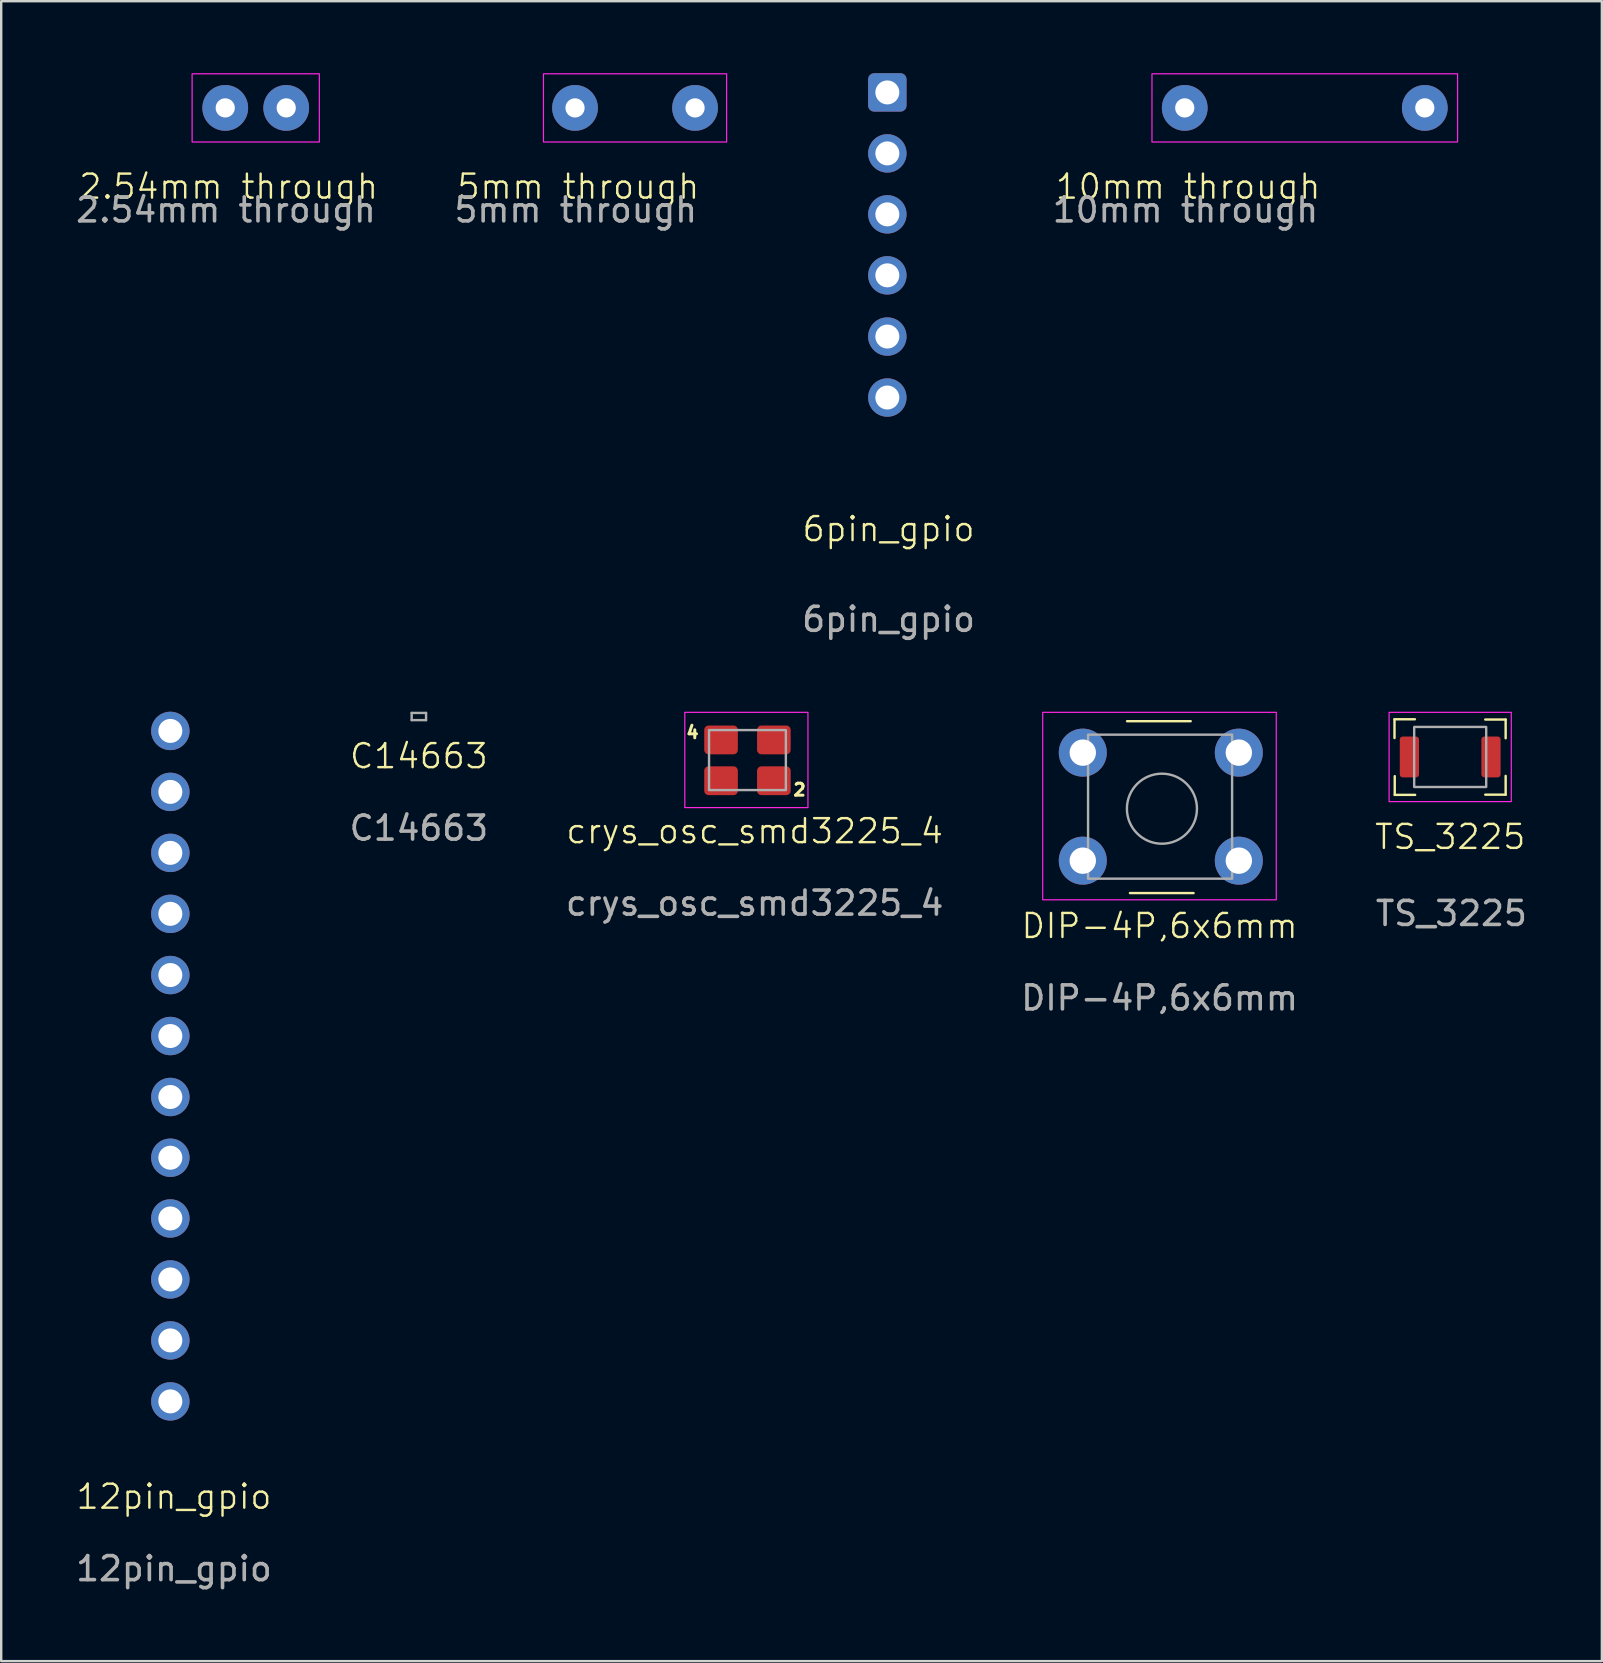
<source format=kicad_pcb>
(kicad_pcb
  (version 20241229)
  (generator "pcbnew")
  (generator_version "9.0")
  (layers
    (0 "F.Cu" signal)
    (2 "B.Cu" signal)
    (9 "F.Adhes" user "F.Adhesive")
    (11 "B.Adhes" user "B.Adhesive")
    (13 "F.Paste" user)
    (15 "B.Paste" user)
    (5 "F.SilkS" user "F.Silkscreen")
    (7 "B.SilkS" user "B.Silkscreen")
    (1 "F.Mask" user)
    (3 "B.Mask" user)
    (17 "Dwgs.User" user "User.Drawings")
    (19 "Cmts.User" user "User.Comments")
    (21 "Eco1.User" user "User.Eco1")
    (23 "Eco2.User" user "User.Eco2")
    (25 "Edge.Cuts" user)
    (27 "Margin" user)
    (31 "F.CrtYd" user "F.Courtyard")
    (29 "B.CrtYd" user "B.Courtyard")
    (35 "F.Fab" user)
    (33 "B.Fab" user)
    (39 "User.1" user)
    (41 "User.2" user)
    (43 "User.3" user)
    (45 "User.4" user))
  (footprint "crys_osc_smd3225_4"
    (layer "F.Cu")
    (at 28.087 28.623)
    (property "Reference" "crys_osc_smd3225_4" (at 0.3 2.95 0) (unlocked yes) (layer "F.SilkS") (effects (font (size 1 1) (thickness 0.1))))
    (attr smd)
    (fp_rect (start -2.61 -2) (end 2.52 1.97) (stroke (width 0.05) (type default)) (fill no) (layer "F.CrtYd"))
    (fp_rect (start -1.6 -1.26) (end 1.6 1.24) (stroke (width 0.1) (type solid)) (fill no) (layer "F.Fab"))
    (fp_text user "2" (at 1.85 1.52 0) (unlocked yes) (layer "F.SilkS") (effects (font (size 0.5 0.5) (thickness 0.125)) (justify left bottom)))
    (fp_text user "4" (at -2.61 -0.87 0) (unlocked yes) (layer "F.SilkS") (effects (font (size 0.5 0.5) (thickness 0.125)) (justify left bottom)))
    (fp_text user "${REFERENCE}" (at 0.3 5.95 0) (unlocked yes) (layer "F.Fab") (effects (font (size 1 1) (thickness 0.15))))
    (pad "1" smd roundrect (at -1.1 0.85) (size 1.4 1.2) (layers "F.Cu" "F.Mask" "F.Paste") (roundrect_rratio 0.15))
    (pad "2" smd roundrect (at 1.1 0.85) (size 1.4 1.2) (layers "F.Cu" "F.Mask" "F.Paste") (roundrect_rratio 0.15))
    (pad "3" smd roundrect (at 1.1 -0.85) (size 1.4 1.2) (layers "F.Cu" "F.Mask" "F.Paste") (roundrect_rratio 0.15))
    (pad "4" smd roundrect (at -1.1 -0.85) (size 1.4 1.2) (layers "F.Cu" "F.Mask" "F.Paste") (roundrect_rratio 0.15)))
  (footprint "6pin_gpio"
    (layer "F.Cu")
    (at 33.914 15.8)
    (property "Reference" "6pin_gpio" (at 0.05 3.19 0) (unlocked yes) (layer "F.SilkS") (effects (font (size 1 1) (thickness 0.1))))
    (attr smd)
    (fp_text user "${REFERENCE}" (at 0.05 6.95 0) (unlocked yes) (layer "F.Fab") (effects (font (size 1 1) (thickness 0.15))))
    (pad "1" thru_hole roundrect (at 0 -15) (size 1.6 1.6) (drill 1) (layers "*.Cu" "*.Mask") (roundrect_rratio 0.156))
    (pad "2" thru_hole circle (at 0 -12.46) (size 1.6 1.6) (drill 1) (layers "*.Cu" "*.Mask"))
    (pad "3" thru_hole circle (at 0 -9.92) (size 1.6 1.6) (drill 1) (layers "*.Cu" "*.Mask"))
    (pad "4" thru_hole circle (at 0 -7.38) (size 1.6 1.6) (drill 1) (layers "*.Cu" "*.Mask"))
    (pad "5" thru_hole circle (at 0 -4.83) (size 1.6 1.6) (drill 1) (layers "*.Cu" "*.Mask"))
    (pad "6" thru_hole circle (at 0 -2.29) (size 1.6 1.6) (drill 1) (layers "*.Cu" "*.Mask")))
  (footprint "TS_3225"
    (layer "F.Cu")
    (at 57.361 28.483)
    (property "Reference" "TS_3225" (at 0 3.33 0) (unlocked yes) (layer "F.SilkS") (effects (font (size 1 1) (thickness 0.1))))
    (attr smd)
    (fp_line (start -2.32 -1.57) (end -2.32 -0.79) (stroke (width 0.1) (type default)) (layer "F.SilkS"))
    (fp_line (start -2.31 1.58) (end -2.31 0.8) (stroke (width 0.1) (type default)) (layer "F.SilkS"))
    (fp_line (start -1.47 -1.57) (end -2.32 -1.57) (stroke (width 0.1) (type default)) (layer "F.SilkS"))
    (fp_line (start -1.46 1.58) (end -2.31 1.58) (stroke (width 0.1) (type default)) (layer "F.SilkS"))
    (fp_line (start 1.46 -1.56) (end 2.31 -1.56) (stroke (width 0.1) (type default)) (layer "F.SilkS"))
    (fp_line (start 1.46 1.57) (end 2.31 1.57) (stroke (width 0.1) (type default)) (layer "F.SilkS"))
    (fp_line (start 2.31 -1.56) (end 2.31 -0.78) (stroke (width 0.1) (type default)) (layer "F.SilkS"))
    (fp_line (start 2.31 1.57) (end 2.31 0.79) (stroke (width 0.1) (type default)) (layer "F.SilkS"))
    (fp_rect (start -2.545 -1.86) (end 2.545 1.86) (stroke (width 0.05) (type solid)) (fill no) (layer "F.CrtYd"))
    (fp_rect (start -1.5 -1.25) (end 1.5 1.25) (stroke (width 0.1) (type solid)) (fill no) (layer "F.Fab"))
    (fp_text user "${REFERENCE}" (at 0.05 6.52 0) (unlocked yes) (layer "F.Fab") (effects (font (size 1 1) (thickness 0.15))))
    (pad "1" smd roundrect (at -1.7 0) (size 0.8 1.7) (layers "F.Cu" "F.Mask" "F.Paste") (roundrect_rratio 0.15))
    (pad "2" smd roundrect (at 1.7 0) (size 0.8 1.7) (layers "F.Cu" "F.Mask" "F.Paste") (roundrect_rratio 0.15)))
  (footprint "12pin_gpio"
    (layer "F.Cu")
    (at 4.046 42.398)
    (property "Reference" "12pin_gpio" (at 0.15 16.9 0) (unlocked yes) (layer "F.SilkS") (effects (font (size 1 1) (thickness 0.1))))
    (attr smd)
    (fp_text user "${REFERENCE}" (at 0.15 19.9 0) (unlocked yes) (layer "F.Fab") (effects (font (size 1 1) (thickness 0.15))))
    (pad "1" thru_hole circle (at 0 -15) (size 1.6 1.6) (drill 1) (layers "*.Cu" "*.Mask"))
    (pad "2" thru_hole circle (at 0 -12.46) (size 1.6 1.6) (drill 1) (layers "*.Cu" "*.Mask"))
    (pad "3" thru_hole circle (at 0 -9.92) (size 1.6 1.6) (drill 1) (layers "*.Cu" "*.Mask"))
    (pad "4" thru_hole circle (at 0 -7.38) (size 1.6 1.6) (drill 1) (layers "*.Cu" "*.Mask"))
    (pad "5" thru_hole circle (at 0 -4.83) (size 1.6 1.6) (drill 1) (layers "*.Cu" "*.Mask"))
    (pad "6" thru_hole circle (at 0 -2.29) (size 1.6 1.6) (drill 1) (layers "*.Cu" "*.Mask"))
    (pad "7" thru_hole circle (at 0 0.25) (size 1.6 1.6) (drill 1) (layers "*.Cu" "*.Mask"))
    (pad "8" thru_hole circle (at 0 2.78) (size 1.6 1.6) (drill 1) (layers "*.Cu" "*.Mask"))
    (pad "9" thru_hole circle (at 0 5.31) (size 1.6 1.6) (drill 1) (layers "*.Cu" "*.Mask"))
    (pad "10" thru_hole circle (at 0 7.85) (size 1.6 1.6) (drill 1) (layers "*.Cu" "*.Mask"))
    (pad "11" thru_hole circle (at 0 10.39) (size 1.6 1.6) (drill 1) (layers "*.Cu" "*.Mask"))
    (pad "12" thru_hole circle (at 0 12.93) (size 1.6 1.6) (drill 1) (layers "*.Cu" "*.Mask")))
  (footprint "5mm through"
    (layer "F.Cu")
    (at 20.904 1.445)
    (property "Reference" "5mm through" (at 0.14 3.28 0) (unlocked yes) (layer "F.SilkS") (effects (font (size 1 1) (thickness 0.1))))
    (attr smd)
    (fp_rect (start -1.315 -1.42) (end 6.315 1.42) (stroke (width 0.05) (type solid)) (fill no) (layer "F.CrtYd"))
    (fp_text user "${REFERENCE}" (at 0.03 4.25 0) (unlocked yes) (layer "F.Fab") (effects (font (size 1 1) (thickness 0.15))))
    (pad "1" thru_hole circle (at 0 0) (size 1.905 1.905) (drill 0.8) (layers "*.Cu" "*.Mask"))
    (pad "2" thru_hole circle (at 5 0) (size 1.905 1.905) (drill 0.8) (layers "*.Cu" "*.Mask")))
  (footprint "10mm through"
    (layer "F.Cu")
    (at 46.303 1.445)
    (property "Reference" "10mm through" (at 0.14 3.28 0) (unlocked yes) (layer "F.SilkS") (effects (font (size 1 1) (thickness 0.1))))
    (attr smd)
    (fp_rect (start -1.365 -1.42) (end 11.365 1.42) (stroke (width 0.05) (type solid)) (fill no) (layer "F.CrtYd"))
    (fp_text user "${REFERENCE}" (at 0.03 4.25 0) (unlocked yes) (layer "F.Fab") (effects (font (size 1 1) (thickness 0.15))))
    (pad "1" thru_hole circle (at 0 0) (size 1.905 1.905) (drill 0.8) (layers "*.Cu" "*.Mask"))
    (pad "2" thru_hole circle (at 10 0) (size 1.905 1.905) (drill 0.8) (layers "*.Cu" "*.Mask")))
  (footprint "2.54mm through"
    (layer "F.Cu")
    (at 6.333 1.445)
    (property "Reference" "2.54mm through" (at 0.14 3.28 0) (unlocked yes) (layer "F.SilkS") (effects (font (size 1 1) (thickness 0.1))))
    (attr smd)
    (fp_rect (start -1.38 -1.42) (end 3.92 1.42) (stroke (width 0.05) (type solid)) (fill no) (layer "F.CrtYd"))
    (fp_text user "${REFERENCE}" (at 0.03 4.25 0) (unlocked yes) (layer "F.Fab") (effects (font (size 1 1) (thickness 0.15))))
    (pad "1" thru_hole circle (at 0 0) (size 1.905 1.905) (drill 0.8) (layers "*.Cu" "*.Mask"))
    (pad "2" thru_hole circle (at 2.54 0) (size 1.905 1.905) (drill 0.8) (layers "*.Cu" "*.Mask")))
  (footprint "DIP-4P,6x6mm"
    (layer "F.Cu")
    (at 42.056 28.303)
    (property "Reference" "DIP-4P,6x6mm" (at 3.2 7.22 0) (unlocked yes) (layer "F.SilkS") (effects (font (size 1 1) (thickness 0.1))))
    (attr smd)
    (fp_line (start 1.845 -1.31) (end 4.495 -1.31) (stroke (width 0.1) (type default)) (layer "F.SilkS"))
    (fp_line (start 1.965 5.85) (end 4.615 5.85) (stroke (width 0.1) (type default)) (layer "F.SilkS"))
    (fp_rect (start -1.67 -1.68) (end 8.06 6.13) (stroke (width 0.05) (type default)) (fill no) (layer "F.CrtYd"))
    (fp_rect (start 0.22 -0.75) (end 6.22 5.25) (stroke (width 0.1) (type solid)) (fill no) (layer "F.Fab"))
    (fp_circle (center 3.297 2.335) (end 2.137 1.45) (stroke (width 0.1) (type solid)) (fill no) (layer "F.Fab"))
    (fp_text user "${REFERENCE}" (at 3.2 10.22 0) (unlocked yes) (layer "F.Fab") (effects (font (size 1 1) (thickness 0.15))))
    (pad "1" thru_hole circle (at 0 0) (size 2 2) (drill 1.1) (layers "*.Cu" "*.Mask"))
    (pad "2" thru_hole circle (at 6.5 0) (size 2 2) (drill 1.1) (layers "*.Cu" "*.Mask"))
    (pad "3" thru_hole circle (at 6.5 4.5) (size 2 2) (drill 1.1) (layers "*.Cu" "*.Mask"))
    (pad "4" thru_hole circle (at 0 4.5) (size 2 2) (drill 1.1) (layers "*.Cu" "*.Mask")))
  (footprint "C14663"
    (layer "F.Cu")
    (at 14.399 28.948)
    (property "Reference" "C14663" (at 0 -0.5 0) (unlocked yes) (layer "F.SilkS") (effects (font (size 1 1) (thickness 0.1))))
    (attr smd)
    (fp_line (start -0.3 -2) (end -0.3 -2.3) (stroke (width 0.1) (type solid)) (layer "F.Fab"))
    (fp_line (start 0.3 -2.3) (end -0.3 -2.3) (stroke (width 0.1) (type solid)) (layer "F.Fab"))
    (fp_line (start 0.3 -2) (end -0.3 -2) (stroke (width 0.1) (type solid)) (layer "F.Fab"))
    (fp_line (start 0.3 -2) (end 0.3 -2.3) (stroke (width 0.1) (type solid)) (layer "F.Fab"))
    (fp_text user "${REFERENCE}" (at 0 2.5 0) (unlocked yes) (layer "F.Fab") (effects (font (size 1 1) (thickness 0.15)))))
  (gr_rect
    (start -3 -3)
    (end 63.679 66.147)
    (stroke (width 0.1) (type default))
    (fill no)
    (layer "Edge.Cuts")))
</source>
